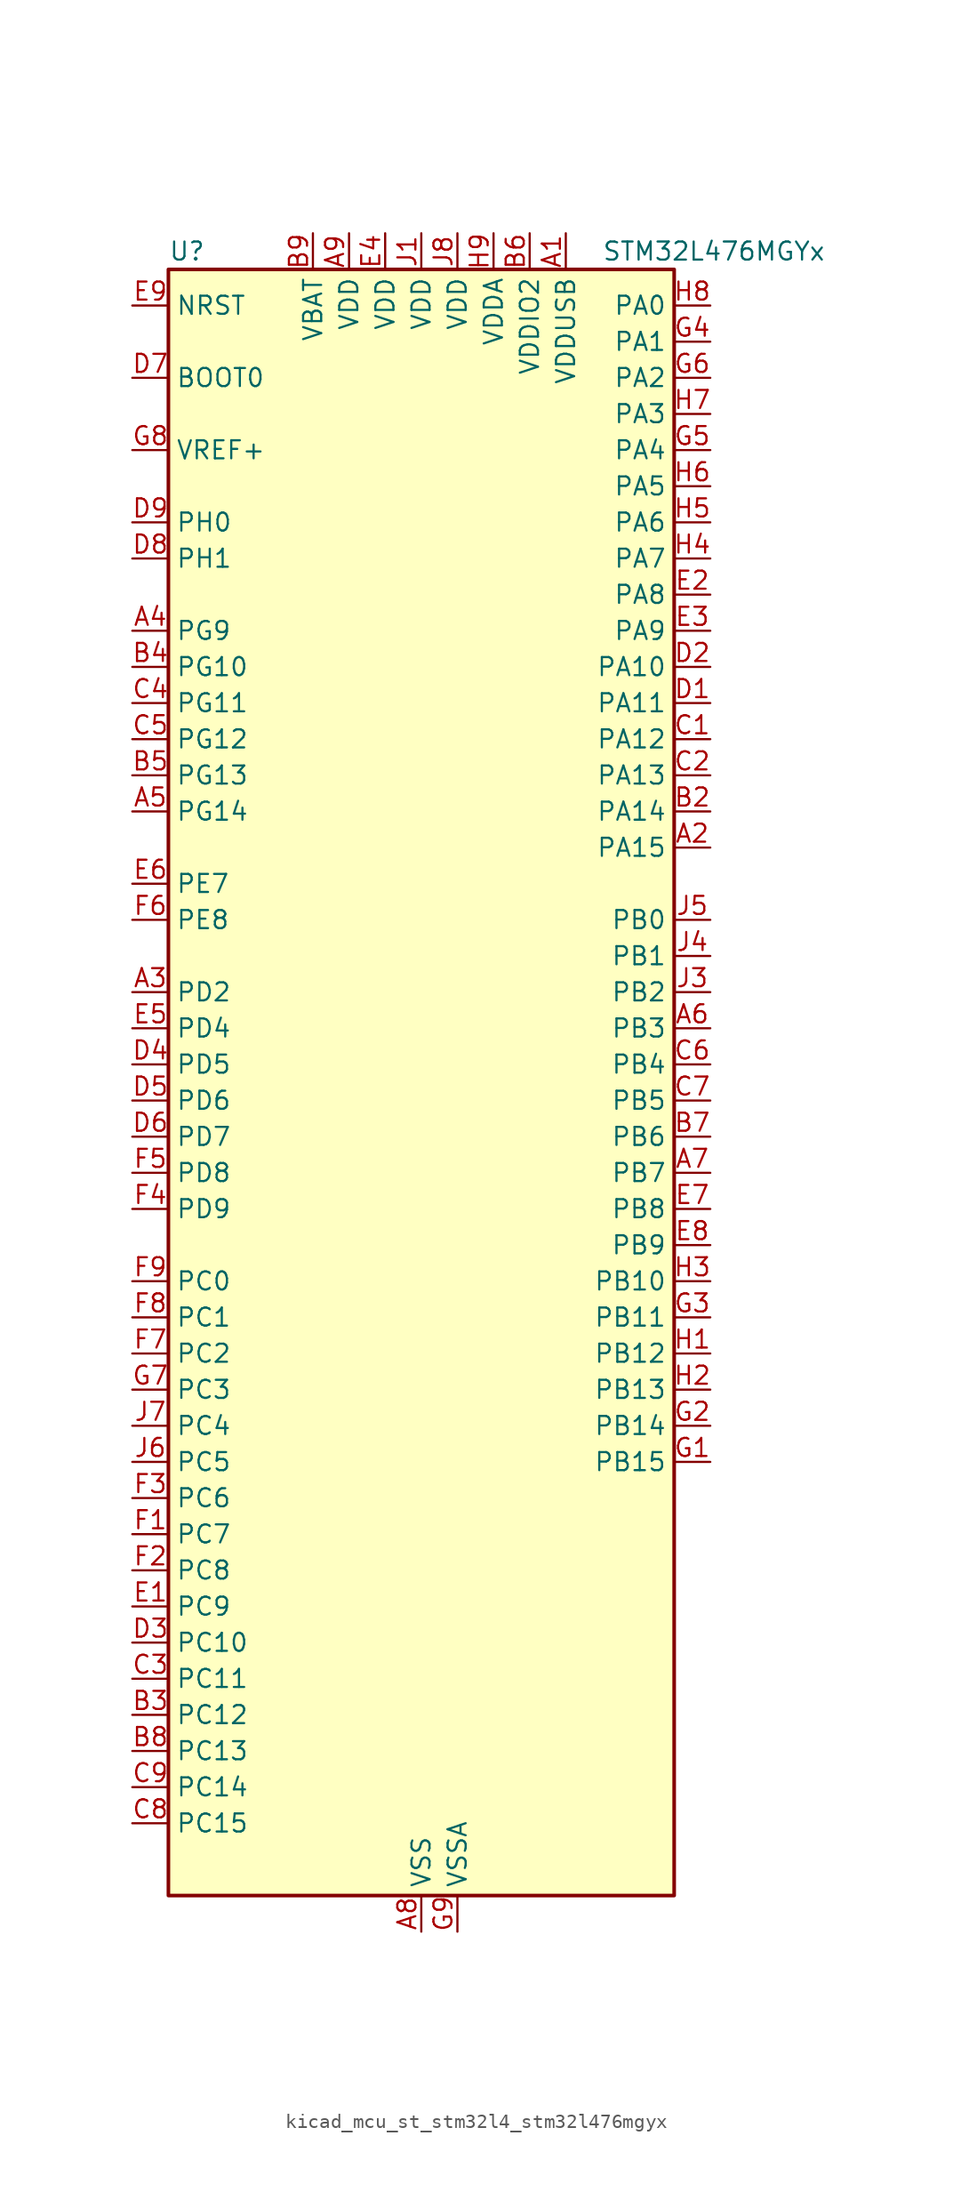
<source format=kicad_sym>
(kicad_symbol_lib
  (version 20220914)
  (generator kicad_symbol_editor)
  (symbol "kicad_mcu_st_stm32l4_stm32l476mgyx"
    (property "Reference" "U"
      (at -17.78 59.69 0)
      (effects (font (size 1.27 1.27)) (justify left)))
    (property "Value" "STM32L476MGYx"
      (at 12.7 59.69 0)
      (effects (font (size 1.27 1.27)) (justify left)))
    (property "ki_locked" ""
      (at 0 0 0)
      (effects (font (size 1.27 1.27))))
    (symbol "kicad_mcu_st_stm32l4_stm32l476mgyx_0_1"
      (rectangle (start -17.78 -55.88) (end 17.78 58.42) (stroke (width 0.254) (type default)) (fill (type background))))
    (symbol "kicad_mcu_st_stm32l4_stm32l476mgyx_1_1"
      (pin power_in line (at 10.16 60.96 270) (length 2.54) (name "VDDUSB" (effects (font (size 1.27 1.27)))) (number "A1" (effects (font (size 1.27 1.27)))))
      (pin bidirectional line (at 20.32 17.78 180) (length 2.54) (name "PA15" (effects (font (size 1.27 1.27)))) (number "A2" (effects (font (size 1.27 1.27)))) (alternate "ADC1_EXTI15" bidirectional line) (alternate "ADC2_EXTI15" bidirectional line) (alternate "ADC3_EXTI15" bidirectional line) (alternate "LCD_SEG17" bidirectional line) (alternate "SAI2_FS_B" bidirectional line) (alternate "SPI1_NSS" bidirectional line) (alternate "SPI3_NSS" bidirectional line) (alternate "SYS_JTDI" bidirectional line) (alternate "TIM2_CH1" bidirectional line) (alternate "TIM2_ETR" bidirectional line) (alternate "TSC_G3_IO1" bidirectional line) (alternate "UART4_DE" bidirectional line) (alternate "UART4_RTS" bidirectional line))
      (pin bidirectional line (at -20.32 7.62 0) (length 2.54) (name "PD2" (effects (font (size 1.27 1.27)))) (number "A3" (effects (font (size 1.27 1.27)))) (alternate "LCD_COM7" bidirectional line) (alternate "LCD_SEG31" bidirectional line) (alternate "LCD_SEG43" bidirectional line) (alternate "SDMMC1_CMD" bidirectional line) (alternate "TIM3_ETR" bidirectional line) (alternate "TSC_SYNC" bidirectional line) (alternate "UART5_RX" bidirectional line) (alternate "USART3_DE" bidirectional line) (alternate "USART3_RTS" bidirectional line))
      (pin bidirectional line (at -20.32 33.02 0) (length 2.54) (name "PG9" (effects (font (size 1.27 1.27)))) (number "A4" (effects (font (size 1.27 1.27)))) (alternate "DAC1_EXTI9" bidirectional line) (alternate "SAI2_SCK_A" bidirectional line) (alternate "SPI3_SCK" bidirectional line) (alternate "TIM15_CH1N" bidirectional line) (alternate "USART1_TX" bidirectional line))
      (pin bidirectional line (at -20.32 20.32 0) (length 2.54) (name "PG14" (effects (font (size 1.27 1.27)))) (number "A5" (effects (font (size 1.27 1.27)))) (alternate "I2C1_SCL" bidirectional line))
      (pin bidirectional line (at 20.32 5.08 180) (length 2.54) (name "PB3" (effects (font (size 1.27 1.27)))) (number "A6" (effects (font (size 1.27 1.27)))) (alternate "COMP2_INM" bidirectional line) (alternate "LCD_SEG7" bidirectional line) (alternate "SAI1_SCK_B" bidirectional line) (alternate "SPI1_SCK" bidirectional line) (alternate "SPI3_SCK" bidirectional line) (alternate "SYS_JTDO-SWO" bidirectional line) (alternate "TIM2_CH2" bidirectional line) (alternate "USART1_DE" bidirectional line) (alternate "USART1_RTS" bidirectional line))
      (pin bidirectional line (at 20.32 -5.08 180) (length 2.54) (name "PB7" (effects (font (size 1.27 1.27)))) (number "A7" (effects (font (size 1.27 1.27)))) (alternate "COMP2_INM" bidirectional line) (alternate "DFSDM1_CKIN5" bidirectional line) (alternate "I2C1_SDA" bidirectional line) (alternate "LCD_SEG21" bidirectional line) (alternate "LPTIM1_IN2" bidirectional line) (alternate "SYS_PVD_IN" bidirectional line) (alternate "TIM17_CH1N" bidirectional line) (alternate "TIM4_CH2" bidirectional line) (alternate "TIM8_BKIN" bidirectional line) (alternate "TIM8_BKIN_COMP1" bidirectional line) (alternate "TSC_G2_IO4" bidirectional line) (alternate "UART4_CTS" bidirectional line) (alternate "USART1_RX" bidirectional line))
      (pin power_in line (at 0 -58.42 90) (length 2.54) (name "VSS" (effects (font (size 1.27 1.27)))) (number "A8" (effects (font (size 1.27 1.27)))))
      (pin power_in line (at -5.08 60.96 270) (length 2.54) (name "VDD" (effects (font (size 1.27 1.27)))) (number "A9" (effects (font (size 1.27 1.27)))))
      (pin passive line (at 0 -58.42 90) (length 2.54) hide (name "VSS" (effects (font (size 1.27 1.27)))) (number "B1" (effects (font (size 1.27 1.27)))))
      (pin bidirectional line (at 20.32 20.32 180) (length 2.54) (name "PA14" (effects (font (size 1.27 1.27)))) (number "B2" (effects (font (size 1.27 1.27)))) (alternate "SYS_JTCK-SWCLK" bidirectional line))
      (pin bidirectional line (at -20.32 -43.18 0) (length 2.54) (name "PC12" (effects (font (size 1.27 1.27)))) (number "B3" (effects (font (size 1.27 1.27)))) (alternate "LCD_COM6" bidirectional line) (alternate "LCD_SEG30" bidirectional line) (alternate "LCD_SEG42" bidirectional line) (alternate "SAI2_SD_B" bidirectional line) (alternate "SDMMC1_CK" bidirectional line) (alternate "SPI3_MOSI" bidirectional line) (alternate "TSC_G3_IO4" bidirectional line) (alternate "UART5_TX" bidirectional line) (alternate "USART3_CK" bidirectional line))
      (pin bidirectional line (at -20.32 30.48 0) (length 2.54) (name "PG10" (effects (font (size 1.27 1.27)))) (number "B4" (effects (font (size 1.27 1.27)))) (alternate "LPTIM1_IN1" bidirectional line) (alternate "SAI2_FS_A" bidirectional line) (alternate "SPI3_MISO" bidirectional line) (alternate "TIM15_CH1" bidirectional line) (alternate "USART1_RX" bidirectional line))
      (pin bidirectional line (at -20.32 22.86 0) (length 2.54) (name "PG13" (effects (font (size 1.27 1.27)))) (number "B5" (effects (font (size 1.27 1.27)))) (alternate "I2C1_SDA" bidirectional line) (alternate "USART1_CK" bidirectional line))
      (pin power_in line (at 7.62 60.96 270) (length 2.54) (name "VDDIO2" (effects (font (size 1.27 1.27)))) (number "B6" (effects (font (size 1.27 1.27)))))
      (pin bidirectional line (at 20.32 -2.54 180) (length 2.54) (name "PB6" (effects (font (size 1.27 1.27)))) (number "B7" (effects (font (size 1.27 1.27)))) (alternate "COMP2_INP" bidirectional line) (alternate "DFSDM1_DATIN5" bidirectional line) (alternate "I2C1_SCL" bidirectional line) (alternate "LPTIM1_ETR" bidirectional line) (alternate "SAI1_FS_B" bidirectional line) (alternate "TIM16_CH1N" bidirectional line) (alternate "TIM4_CH1" bidirectional line) (alternate "TIM8_BKIN2" bidirectional line) (alternate "TIM8_BKIN2_COMP2" bidirectional line) (alternate "TSC_G2_IO3" bidirectional line) (alternate "USART1_TX" bidirectional line))
      (pin bidirectional line (at -20.32 -45.72 0) (length 2.54) (name "PC13" (effects (font (size 1.27 1.27)))) (number "B8" (effects (font (size 1.27 1.27)))) (alternate "RTC_OUT_ALARM" bidirectional line) (alternate "RTC_OUT_CALIB" bidirectional line) (alternate "RTC_TAMP1" bidirectional line) (alternate "RTC_TS" bidirectional line) (alternate "SYS_WKUP2" bidirectional line))
      (pin power_in line (at -7.62 60.96 270) (length 2.54) (name "VBAT" (effects (font (size 1.27 1.27)))) (number "B9" (effects (font (size 1.27 1.27)))))
      (pin bidirectional line (at 20.32 25.4 180) (length 2.54) (name "PA12" (effects (font (size 1.27 1.27)))) (number "C1" (effects (font (size 1.27 1.27)))) (alternate "CAN1_TX" bidirectional line) (alternate "TIM1_ETR" bidirectional line) (alternate "USART1_DE" bidirectional line) (alternate "USART1_RTS" bidirectional line) (alternate "USB_OTG_FS_DP" bidirectional line))
      (pin bidirectional line (at 20.32 22.86 180) (length 2.54) (name "PA13" (effects (font (size 1.27 1.27)))) (number "C2" (effects (font (size 1.27 1.27)))) (alternate "IR_OUT" bidirectional line) (alternate "SYS_JTMS-SWDIO" bidirectional line) (alternate "USB_OTG_FS_NOE" bidirectional line))
      (pin bidirectional line (at -20.32 -40.64 0) (length 2.54) (name "PC11" (effects (font (size 1.27 1.27)))) (number "C3" (effects (font (size 1.27 1.27)))) (alternate "ADC1_EXTI11" bidirectional line) (alternate "ADC2_EXTI11" bidirectional line) (alternate "ADC3_EXTI11" bidirectional line) (alternate "LCD_COM5" bidirectional line) (alternate "LCD_SEG29" bidirectional line) (alternate "LCD_SEG41" bidirectional line) (alternate "SAI2_MCLK_B" bidirectional line) (alternate "SDMMC1_D3" bidirectional line) (alternate "SPI3_MISO" bidirectional line) (alternate "TSC_G3_IO3" bidirectional line) (alternate "UART4_RX" bidirectional line) (alternate "USART3_RX" bidirectional line))
      (pin bidirectional line (at -20.32 27.94 0) (length 2.54) (name "PG11" (effects (font (size 1.27 1.27)))) (number "C4" (effects (font (size 1.27 1.27)))) (alternate "ADC1_EXTI11" bidirectional line) (alternate "ADC2_EXTI11" bidirectional line) (alternate "ADC3_EXTI11" bidirectional line) (alternate "LPTIM1_IN2" bidirectional line) (alternate "SAI2_MCLK_A" bidirectional line) (alternate "SPI3_MOSI" bidirectional line) (alternate "TIM15_CH2" bidirectional line) (alternate "USART1_CTS" bidirectional line))
      (pin bidirectional line (at -20.32 25.4 0) (length 2.54) (name "PG12" (effects (font (size 1.27 1.27)))) (number "C5" (effects (font (size 1.27 1.27)))) (alternate "LPTIM1_ETR" bidirectional line) (alternate "SAI2_SD_A" bidirectional line) (alternate "SPI3_NSS" bidirectional line) (alternate "USART1_DE" bidirectional line) (alternate "USART1_RTS" bidirectional line))
      (pin bidirectional line (at 20.32 2.54 180) (length 2.54) (name "PB4" (effects (font (size 1.27 1.27)))) (number "C6" (effects (font (size 1.27 1.27)))) (alternate "COMP2_INP" bidirectional line) (alternate "LCD_SEG8" bidirectional line) (alternate "SAI1_MCLK_B" bidirectional line) (alternate "SPI1_MISO" bidirectional line) (alternate "SPI3_MISO" bidirectional line) (alternate "SYS_JTRST" bidirectional line) (alternate "TIM17_BKIN" bidirectional line) (alternate "TIM3_CH1" bidirectional line) (alternate "TSC_G2_IO1" bidirectional line) (alternate "UART5_DE" bidirectional line) (alternate "UART5_RTS" bidirectional line) (alternate "USART1_CTS" bidirectional line))
      (pin bidirectional line (at 20.32 0 180) (length 2.54) (name "PB5" (effects (font (size 1.27 1.27)))) (number "C7" (effects (font (size 1.27 1.27)))) (alternate "COMP2_OUT" bidirectional line) (alternate "I2C1_SMBA" bidirectional line) (alternate "LCD_SEG9" bidirectional line) (alternate "LPTIM1_IN1" bidirectional line) (alternate "SAI1_SD_B" bidirectional line) (alternate "SPI1_MOSI" bidirectional line) (alternate "SPI3_MOSI" bidirectional line) (alternate "TIM16_BKIN" bidirectional line) (alternate "TIM3_CH2" bidirectional line) (alternate "TSC_G2_IO2" bidirectional line) (alternate "UART5_CTS" bidirectional line) (alternate "USART1_CK" bidirectional line))
      (pin bidirectional line (at -20.32 -50.8 0) (length 2.54) (name "PC15" (effects (font (size 1.27 1.27)))) (number "C8" (effects (font (size 1.27 1.27)))) (alternate "ADC1_EXTI15" bidirectional line) (alternate "ADC2_EXTI15" bidirectional line) (alternate "ADC3_EXTI15" bidirectional line) (alternate "RCC_OSC32_OUT" bidirectional line))
      (pin bidirectional line (at -20.32 -48.26 0) (length 2.54) (name "PC14" (effects (font (size 1.27 1.27)))) (number "C9" (effects (font (size 1.27 1.27)))) (alternate "RCC_OSC32_IN" bidirectional line))
      (pin bidirectional line (at 20.32 27.94 180) (length 2.54) (name "PA11" (effects (font (size 1.27 1.27)))) (number "D1" (effects (font (size 1.27 1.27)))) (alternate "ADC1_EXTI11" bidirectional line) (alternate "ADC2_EXTI11" bidirectional line) (alternate "ADC3_EXTI11" bidirectional line) (alternate "CAN1_RX" bidirectional line) (alternate "TIM1_BKIN2" bidirectional line) (alternate "TIM1_BKIN2_COMP1" bidirectional line) (alternate "TIM1_CH4" bidirectional line) (alternate "USART1_CTS" bidirectional line) (alternate "USB_OTG_FS_DM" bidirectional line))
      (pin bidirectional line (at 20.32 30.48 180) (length 2.54) (name "PA10" (effects (font (size 1.27 1.27)))) (number "D2" (effects (font (size 1.27 1.27)))) (alternate "LCD_COM2" bidirectional line) (alternate "TIM17_BKIN" bidirectional line) (alternate "TIM1_CH3" bidirectional line) (alternate "USART1_RX" bidirectional line) (alternate "USB_OTG_FS_ID" bidirectional line))
      (pin bidirectional line (at -20.32 -38.1 0) (length 2.54) (name "PC10" (effects (font (size 1.27 1.27)))) (number "D3" (effects (font (size 1.27 1.27)))) (alternate "LCD_COM4" bidirectional line) (alternate "LCD_SEG28" bidirectional line) (alternate "LCD_SEG40" bidirectional line) (alternate "SAI2_SCK_B" bidirectional line) (alternate "SDMMC1_D2" bidirectional line) (alternate "SPI3_SCK" bidirectional line) (alternate "TSC_G3_IO2" bidirectional line) (alternate "UART4_TX" bidirectional line) (alternate "USART3_TX" bidirectional line))
      (pin bidirectional line (at -20.32 2.54 0) (length 2.54) (name "PD5" (effects (font (size 1.27 1.27)))) (number "D4" (effects (font (size 1.27 1.27)))) (alternate "USART2_TX" bidirectional line))
      (pin bidirectional line (at -20.32 0 0) (length 2.54) (name "PD6" (effects (font (size 1.27 1.27)))) (number "D5" (effects (font (size 1.27 1.27)))) (alternate "DFSDM1_DATIN1" bidirectional line) (alternate "SAI1_SD_A" bidirectional line) (alternate "USART2_RX" bidirectional line))
      (pin bidirectional line (at -20.32 -2.54 0) (length 2.54) (name "PD7" (effects (font (size 1.27 1.27)))) (number "D6" (effects (font (size 1.27 1.27)))) (alternate "DFSDM1_CKIN1" bidirectional line) (alternate "USART2_CK" bidirectional line))
      (pin input line (at -20.32 50.8 0) (length 2.54) (name "BOOT0" (effects (font (size 1.27 1.27)))) (number "D7" (effects (font (size 1.27 1.27)))))
      (pin bidirectional line (at -20.32 38.1 0) (length 2.54) (name "PH1" (effects (font (size 1.27 1.27)))) (number "D8" (effects (font (size 1.27 1.27)))) (alternate "RCC_OSC_OUT" bidirectional line))
      (pin bidirectional line (at -20.32 40.64 0) (length 2.54) (name "PH0" (effects (font (size 1.27 1.27)))) (number "D9" (effects (font (size 1.27 1.27)))) (alternate "RCC_OSC_IN" bidirectional line))
      (pin bidirectional line (at -20.32 -35.56 0) (length 2.54) (name "PC9" (effects (font (size 1.27 1.27)))) (number "E1" (effects (font (size 1.27 1.27)))) (alternate "DAC1_EXTI9" bidirectional line) (alternate "LCD_SEG27" bidirectional line) (alternate "SAI2_EXTCLK" bidirectional line) (alternate "SDMMC1_D1" bidirectional line) (alternate "TIM3_CH4" bidirectional line) (alternate "TIM8_BKIN2" bidirectional line) (alternate "TIM8_BKIN2_COMP1" bidirectional line) (alternate "TIM8_CH4" bidirectional line) (alternate "TSC_G4_IO4" bidirectional line) (alternate "USB_OTG_FS_NOE" bidirectional line))
      (pin bidirectional line (at 20.32 35.56 180) (length 2.54) (name "PA8" (effects (font (size 1.27 1.27)))) (number "E2" (effects (font (size 1.27 1.27)))) (alternate "LCD_COM0" bidirectional line) (alternate "LPTIM2_OUT" bidirectional line) (alternate "RCC_MCO" bidirectional line) (alternate "TIM1_CH1" bidirectional line) (alternate "USART1_CK" bidirectional line) (alternate "USB_OTG_FS_SOF" bidirectional line))
      (pin bidirectional line (at 20.32 33.02 180) (length 2.54) (name "PA9" (effects (font (size 1.27 1.27)))) (number "E3" (effects (font (size 1.27 1.27)))) (alternate "DAC1_EXTI9" bidirectional line) (alternate "LCD_COM1" bidirectional line) (alternate "TIM15_BKIN" bidirectional line) (alternate "TIM1_CH2" bidirectional line) (alternate "USART1_TX" bidirectional line) (alternate "USB_OTG_FS_VBUS" bidirectional line))
      (pin power_in line (at -2.54 60.96 270) (length 2.54) (name "VDD" (effects (font (size 1.27 1.27)))) (number "E4" (effects (font (size 1.27 1.27)))))
      (pin bidirectional line (at -20.32 5.08 0) (length 2.54) (name "PD4" (effects (font (size 1.27 1.27)))) (number "E5" (effects (font (size 1.27 1.27)))) (alternate "DFSDM1_CKIN0" bidirectional line) (alternate "SPI2_MOSI" bidirectional line) (alternate "USART2_DE" bidirectional line) (alternate "USART2_RTS" bidirectional line))
      (pin bidirectional line (at -20.32 15.24 0) (length 2.54) (name "PE7" (effects (font (size 1.27 1.27)))) (number "E6" (effects (font (size 1.27 1.27)))) (alternate "DFSDM1_DATIN2" bidirectional line) (alternate "SAI1_SD_B" bidirectional line) (alternate "TIM1_ETR" bidirectional line))
      (pin bidirectional line (at 20.32 -7.62 180) (length 2.54) (name "PB8" (effects (font (size 1.27 1.27)))) (number "E7" (effects (font (size 1.27 1.27)))) (alternate "CAN1_RX" bidirectional line) (alternate "DFSDM1_DATIN6" bidirectional line) (alternate "I2C1_SCL" bidirectional line) (alternate "LCD_SEG16" bidirectional line) (alternate "SAI1_MCLK_A" bidirectional line) (alternate "SDMMC1_D4" bidirectional line) (alternate "TIM16_CH1" bidirectional line) (alternate "TIM4_CH3" bidirectional line))
      (pin bidirectional line (at 20.32 -10.16 180) (length 2.54) (name "PB9" (effects (font (size 1.27 1.27)))) (number "E8" (effects (font (size 1.27 1.27)))) (alternate "CAN1_TX" bidirectional line) (alternate "DAC1_EXTI9" bidirectional line) (alternate "DFSDM1_CKIN6" bidirectional line) (alternate "I2C1_SDA" bidirectional line) (alternate "IR_OUT" bidirectional line) (alternate "LCD_COM3" bidirectional line) (alternate "SAI1_FS_A" bidirectional line) (alternate "SDMMC1_D5" bidirectional line) (alternate "SPI2_NSS" bidirectional line) (alternate "TIM17_CH1" bidirectional line) (alternate "TIM4_CH4" bidirectional line))
      (pin input line (at -20.32 55.88 0) (length 2.54) (name "NRST" (effects (font (size 1.27 1.27)))) (number "E9" (effects (font (size 1.27 1.27)))))
      (pin bidirectional line (at -20.32 -30.48 0) (length 2.54) (name "PC7" (effects (font (size 1.27 1.27)))) (number "F1" (effects (font (size 1.27 1.27)))) (alternate "DFSDM1_DATIN3" bidirectional line) (alternate "LCD_SEG25" bidirectional line) (alternate "SAI2_MCLK_B" bidirectional line) (alternate "SDMMC1_D7" bidirectional line) (alternate "TIM3_CH2" bidirectional line) (alternate "TIM8_CH2" bidirectional line) (alternate "TSC_G4_IO2" bidirectional line))
      (pin bidirectional line (at -20.32 -33.02 0) (length 2.54) (name "PC8" (effects (font (size 1.27 1.27)))) (number "F2" (effects (font (size 1.27 1.27)))) (alternate "LCD_SEG26" bidirectional line) (alternate "SDMMC1_D0" bidirectional line) (alternate "TIM3_CH3" bidirectional line) (alternate "TIM8_CH3" bidirectional line) (alternate "TSC_G4_IO3" bidirectional line))
      (pin bidirectional line (at -20.32 -27.94 0) (length 2.54) (name "PC6" (effects (font (size 1.27 1.27)))) (number "F3" (effects (font (size 1.27 1.27)))) (alternate "DFSDM1_CKIN3" bidirectional line) (alternate "LCD_SEG24" bidirectional line) (alternate "SAI2_MCLK_A" bidirectional line) (alternate "SDMMC1_D6" bidirectional line) (alternate "TIM3_CH1" bidirectional line) (alternate "TIM8_CH1" bidirectional line) (alternate "TSC_G4_IO1" bidirectional line))
      (pin bidirectional line (at -20.32 -7.62 0) (length 2.54) (name "PD9" (effects (font (size 1.27 1.27)))) (number "F4" (effects (font (size 1.27 1.27)))) (alternate "DAC1_EXTI9" bidirectional line) (alternate "LCD_SEG29" bidirectional line) (alternate "SAI2_MCLK_A" bidirectional line) (alternate "USART3_RX" bidirectional line))
      (pin bidirectional line (at -20.32 -5.08 0) (length 2.54) (name "PD8" (effects (font (size 1.27 1.27)))) (number "F5" (effects (font (size 1.27 1.27)))) (alternate "LCD_SEG28" bidirectional line) (alternate "USART3_TX" bidirectional line))
      (pin bidirectional line (at -20.32 12.7 0) (length 2.54) (name "PE8" (effects (font (size 1.27 1.27)))) (number "F6" (effects (font (size 1.27 1.27)))) (alternate "DFSDM1_CKIN2" bidirectional line) (alternate "SAI1_SCK_B" bidirectional line) (alternate "TIM1_CH1N" bidirectional line))
      (pin bidirectional line (at -20.32 -17.78 0) (length 2.54) (name "PC2" (effects (font (size 1.27 1.27)))) (number "F7" (effects (font (size 1.27 1.27)))) (alternate "ADC1_IN3" bidirectional line) (alternate "ADC2_IN3" bidirectional line) (alternate "ADC3_IN3" bidirectional line) (alternate "DFSDM1_CKOUT" bidirectional line) (alternate "LCD_SEG20" bidirectional line) (alternate "LPTIM1_IN2" bidirectional line) (alternate "SPI2_MISO" bidirectional line))
      (pin bidirectional line (at -20.32 -15.24 0) (length 2.54) (name "PC1" (effects (font (size 1.27 1.27)))) (number "F8" (effects (font (size 1.27 1.27)))) (alternate "ADC1_IN2" bidirectional line) (alternate "ADC2_IN2" bidirectional line) (alternate "ADC3_IN2" bidirectional line) (alternate "DFSDM1_CKIN4" bidirectional line) (alternate "I2C3_SDA" bidirectional line) (alternate "LCD_SEG19" bidirectional line) (alternate "LPTIM1_OUT" bidirectional line) (alternate "LPUART1_TX" bidirectional line))
      (pin bidirectional line (at -20.32 -12.7 0) (length 2.54) (name "PC0" (effects (font (size 1.27 1.27)))) (number "F9" (effects (font (size 1.27 1.27)))) (alternate "ADC1_IN1" bidirectional line) (alternate "ADC2_IN1" bidirectional line) (alternate "ADC3_IN1" bidirectional line) (alternate "DFSDM1_DATIN4" bidirectional line) (alternate "I2C3_SCL" bidirectional line) (alternate "LCD_SEG18" bidirectional line) (alternate "LPTIM1_IN1" bidirectional line) (alternate "LPTIM2_IN1" bidirectional line) (alternate "LPUART1_RX" bidirectional line))
      (pin bidirectional line (at 20.32 -25.4 180) (length 2.54) (name "PB15" (effects (font (size 1.27 1.27)))) (number "G1" (effects (font (size 1.27 1.27)))) (alternate "ADC1_EXTI15" bidirectional line) (alternate "ADC2_EXTI15" bidirectional line) (alternate "ADC3_EXTI15" bidirectional line) (alternate "DFSDM1_CKIN2" bidirectional line) (alternate "LCD_SEG15" bidirectional line) (alternate "RTC_REFIN" bidirectional line) (alternate "SAI2_SD_A" bidirectional line) (alternate "SPI2_MOSI" bidirectional line) (alternate "SWPMI1_SUSPEND" bidirectional line) (alternate "TIM15_CH2" bidirectional line) (alternate "TIM1_CH3N" bidirectional line) (alternate "TIM8_CH3N" bidirectional line) (alternate "TSC_G1_IO4" bidirectional line))
      (pin bidirectional line (at 20.32 -22.86 180) (length 2.54) (name "PB14" (effects (font (size 1.27 1.27)))) (number "G2" (effects (font (size 1.27 1.27)))) (alternate "DFSDM1_DATIN2" bidirectional line) (alternate "I2C2_SDA" bidirectional line) (alternate "LCD_SEG14" bidirectional line) (alternate "SAI2_MCLK_A" bidirectional line) (alternate "SPI2_MISO" bidirectional line) (alternate "SWPMI1_RX" bidirectional line) (alternate "TIM15_CH1" bidirectional line) (alternate "TIM1_CH2N" bidirectional line) (alternate "TIM8_CH2N" bidirectional line) (alternate "TSC_G1_IO3" bidirectional line) (alternate "USART3_DE" bidirectional line) (alternate "USART3_RTS" bidirectional line))
      (pin bidirectional line (at 20.32 -15.24 180) (length 2.54) (name "PB11" (effects (font (size 1.27 1.27)))) (number "G3" (effects (font (size 1.27 1.27)))) (alternate "ADC1_EXTI11" bidirectional line) (alternate "ADC2_EXTI11" bidirectional line) (alternate "ADC3_EXTI11" bidirectional line) (alternate "COMP2_OUT" bidirectional line) (alternate "DFSDM1_CKIN7" bidirectional line) (alternate "I2C2_SDA" bidirectional line) (alternate "LCD_SEG11" bidirectional line) (alternate "LPUART1_TX" bidirectional line) (alternate "QUADSPI_NCS" bidirectional line) (alternate "TIM2_CH4" bidirectional line) (alternate "USART3_RX" bidirectional line))
      (pin bidirectional line (at 20.32 53.34 180) (length 2.54) (name "PA1" (effects (font (size 1.27 1.27)))) (number "G4" (effects (font (size 1.27 1.27)))) (alternate "ADC1_IN6" bidirectional line) (alternate "ADC2_IN6" bidirectional line) (alternate "LCD_SEG0" bidirectional line) (alternate "OPAMP1_VINM" bidirectional line) (alternate "TIM15_CH1N" bidirectional line) (alternate "TIM2_CH2" bidirectional line) (alternate "TIM5_CH2" bidirectional line) (alternate "UART4_RX" bidirectional line) (alternate "USART2_DE" bidirectional line) (alternate "USART2_RTS" bidirectional line))
      (pin bidirectional line (at 20.32 45.72 180) (length 2.54) (name "PA4" (effects (font (size 1.27 1.27)))) (number "G5" (effects (font (size 1.27 1.27)))) (alternate "ADC1_IN9" bidirectional line) (alternate "ADC2_IN9" bidirectional line) (alternate "DAC1_OUT1" bidirectional line) (alternate "LPTIM2_OUT" bidirectional line) (alternate "SAI1_FS_B" bidirectional line) (alternate "SPI1_NSS" bidirectional line) (alternate "SPI3_NSS" bidirectional line) (alternate "USART2_CK" bidirectional line))
      (pin bidirectional line (at 20.32 50.8 180) (length 2.54) (name "PA2" (effects (font (size 1.27 1.27)))) (number "G6" (effects (font (size 1.27 1.27)))) (alternate "ADC1_IN7" bidirectional line) (alternate "ADC2_IN7" bidirectional line) (alternate "LCD_SEG1" bidirectional line) (alternate "RCC_LSCO" bidirectional line) (alternate "SAI2_EXTCLK" bidirectional line) (alternate "SYS_WKUP4" bidirectional line) (alternate "TIM15_CH1" bidirectional line) (alternate "TIM2_CH3" bidirectional line) (alternate "TIM5_CH3" bidirectional line) (alternate "USART2_TX" bidirectional line))
      (pin bidirectional line (at -20.32 -20.32 0) (length 2.54) (name "PC3" (effects (font (size 1.27 1.27)))) (number "G7" (effects (font (size 1.27 1.27)))) (alternate "ADC1_IN4" bidirectional line) (alternate "ADC2_IN4" bidirectional line) (alternate "ADC3_IN4" bidirectional line) (alternate "LCD_VLCD" bidirectional line) (alternate "LPTIM1_ETR" bidirectional line) (alternate "LPTIM2_ETR" bidirectional line) (alternate "SAI1_SD_A" bidirectional line) (alternate "SPI2_MOSI" bidirectional line))
      (pin input line (at -20.32 45.72 0) (length 2.54) (name "VREF+" (effects (font (size 1.27 1.27)))) (number "G8" (effects (font (size 1.27 1.27)))) (alternate "VREFBUF_OUT" bidirectional line))
      (pin power_in line (at 2.54 -58.42 90) (length 2.54) (name "VSSA" (effects (font (size 1.27 1.27)))) (number "G9" (effects (font (size 1.27 1.27)))))
      (pin bidirectional line (at 20.32 -17.78 180) (length 2.54) (name "PB12" (effects (font (size 1.27 1.27)))) (number "H1" (effects (font (size 1.27 1.27)))) (alternate "DFSDM1_DATIN1" bidirectional line) (alternate "I2C2_SMBA" bidirectional line) (alternate "LCD_SEG12" bidirectional line) (alternate "LPUART1_DE" bidirectional line) (alternate "LPUART1_RTS" bidirectional line) (alternate "SAI2_FS_A" bidirectional line) (alternate "SPI2_NSS" bidirectional line) (alternate "SWPMI1_IO" bidirectional line) (alternate "TIM15_BKIN" bidirectional line) (alternate "TIM1_BKIN" bidirectional line) (alternate "TIM1_BKIN_COMP2" bidirectional line) (alternate "TSC_G1_IO1" bidirectional line) (alternate "USART3_CK" bidirectional line))
      (pin bidirectional line (at 20.32 -20.32 180) (length 2.54) (name "PB13" (effects (font (size 1.27 1.27)))) (number "H2" (effects (font (size 1.27 1.27)))) (alternate "DFSDM1_CKIN1" bidirectional line) (alternate "I2C2_SCL" bidirectional line) (alternate "LCD_SEG13" bidirectional line) (alternate "LPUART1_CTS" bidirectional line) (alternate "SAI2_SCK_A" bidirectional line) (alternate "SPI2_SCK" bidirectional line) (alternate "SWPMI1_TX" bidirectional line) (alternate "TIM15_CH1N" bidirectional line) (alternate "TIM1_CH1N" bidirectional line) (alternate "TSC_G1_IO2" bidirectional line) (alternate "USART3_CTS" bidirectional line))
      (pin bidirectional line (at 20.32 -12.7 180) (length 2.54) (name "PB10" (effects (font (size 1.27 1.27)))) (number "H3" (effects (font (size 1.27 1.27)))) (alternate "COMP1_OUT" bidirectional line) (alternate "DFSDM1_DATIN7" bidirectional line) (alternate "I2C2_SCL" bidirectional line) (alternate "LCD_SEG10" bidirectional line) (alternate "LPUART1_RX" bidirectional line) (alternate "QUADSPI_CLK" bidirectional line) (alternate "SAI1_SCK_A" bidirectional line) (alternate "SPI2_SCK" bidirectional line) (alternate "TIM2_CH3" bidirectional line) (alternate "USART3_TX" bidirectional line))
      (pin bidirectional line (at 20.32 38.1 180) (length 2.54) (name "PA7" (effects (font (size 1.27 1.27)))) (number "H4" (effects (font (size 1.27 1.27)))) (alternate "ADC1_IN12" bidirectional line) (alternate "ADC2_IN12" bidirectional line) (alternate "LCD_SEG4" bidirectional line) (alternate "OPAMP2_VINM" bidirectional line) (alternate "QUADSPI_BK1_IO2" bidirectional line) (alternate "SPI1_MOSI" bidirectional line) (alternate "TIM17_CH1" bidirectional line) (alternate "TIM1_CH1N" bidirectional line) (alternate "TIM3_CH2" bidirectional line) (alternate "TIM8_CH1N" bidirectional line))
      (pin bidirectional line (at 20.32 40.64 180) (length 2.54) (name "PA6" (effects (font (size 1.27 1.27)))) (number "H5" (effects (font (size 1.27 1.27)))) (alternate "ADC1_IN11" bidirectional line) (alternate "ADC2_IN11" bidirectional line) (alternate "LCD_SEG3" bidirectional line) (alternate "OPAMP2_VINP" bidirectional line) (alternate "QUADSPI_BK1_IO3" bidirectional line) (alternate "SPI1_MISO" bidirectional line) (alternate "TIM16_CH1" bidirectional line) (alternate "TIM1_BKIN" bidirectional line) (alternate "TIM1_BKIN_COMP2" bidirectional line) (alternate "TIM3_CH1" bidirectional line) (alternate "TIM8_BKIN" bidirectional line) (alternate "TIM8_BKIN_COMP2" bidirectional line) (alternate "USART3_CTS" bidirectional line))
      (pin bidirectional line (at 20.32 43.18 180) (length 2.54) (name "PA5" (effects (font (size 1.27 1.27)))) (number "H6" (effects (font (size 1.27 1.27)))) (alternate "ADC1_IN10" bidirectional line) (alternate "ADC2_IN10" bidirectional line) (alternate "DAC1_OUT2" bidirectional line) (alternate "LPTIM2_ETR" bidirectional line) (alternate "SPI1_SCK" bidirectional line) (alternate "TIM2_CH1" bidirectional line) (alternate "TIM2_ETR" bidirectional line) (alternate "TIM8_CH1N" bidirectional line))
      (pin bidirectional line (at 20.32 48.26 180) (length 2.54) (name "PA3" (effects (font (size 1.27 1.27)))) (number "H7" (effects (font (size 1.27 1.27)))) (alternate "ADC1_IN8" bidirectional line) (alternate "ADC2_IN8" bidirectional line) (alternate "LCD_SEG2" bidirectional line) (alternate "OPAMP1_VOUT" bidirectional line) (alternate "TIM15_CH2" bidirectional line) (alternate "TIM2_CH4" bidirectional line) (alternate "TIM5_CH4" bidirectional line) (alternate "USART2_RX" bidirectional line))
      (pin bidirectional line (at 20.32 55.88 180) (length 2.54) (name "PA0" (effects (font (size 1.27 1.27)))) (number "H8" (effects (font (size 1.27 1.27)))) (alternate "ADC1_IN5" bidirectional line) (alternate "ADC2_IN5" bidirectional line) (alternate "OPAMP1_VINP" bidirectional line) (alternate "RTC_TAMP2" bidirectional line) (alternate "SAI1_EXTCLK" bidirectional line) (alternate "SYS_WKUP1" bidirectional line) (alternate "TIM2_CH1" bidirectional line) (alternate "TIM2_ETR" bidirectional line) (alternate "TIM5_CH1" bidirectional line) (alternate "TIM8_ETR" bidirectional line) (alternate "UART4_TX" bidirectional line) (alternate "USART2_CTS" bidirectional line))
      (pin power_in line (at 5.08 60.96 270) (length 2.54) (name "VDDA" (effects (font (size 1.27 1.27)))) (number "H9" (effects (font (size 1.27 1.27)))))
      (pin power_in line (at 0 60.96 270) (length 2.54) (name "VDD" (effects (font (size 1.27 1.27)))) (number "J1" (effects (font (size 1.27 1.27)))))
      (pin passive line (at 0 -58.42 90) (length 2.54) hide (name "VSS" (effects (font (size 1.27 1.27)))) (number "J2" (effects (font (size 1.27 1.27)))))
      (pin bidirectional line (at 20.32 7.62 180) (length 2.54) (name "PB2" (effects (font (size 1.27 1.27)))) (number "J3" (effects (font (size 1.27 1.27)))) (alternate "COMP1_INP" bidirectional line) (alternate "DFSDM1_CKIN0" bidirectional line) (alternate "I2C3_SMBA" bidirectional line) (alternate "LPTIM1_OUT" bidirectional line) (alternate "RTC_OUT_ALARM" bidirectional line) (alternate "RTC_OUT_CALIB" bidirectional line))
      (pin bidirectional line (at 20.32 10.16 180) (length 2.54) (name "PB1" (effects (font (size 1.27 1.27)))) (number "J4" (effects (font (size 1.27 1.27)))) (alternate "ADC1_IN16" bidirectional line) (alternate "ADC2_IN16" bidirectional line) (alternate "COMP1_INM" bidirectional line) (alternate "DFSDM1_DATIN0" bidirectional line) (alternate "LCD_SEG6" bidirectional line) (alternate "LPTIM2_IN1" bidirectional line) (alternate "QUADSPI_BK1_IO0" bidirectional line) (alternate "TIM1_CH3N" bidirectional line) (alternate "TIM3_CH4" bidirectional line) (alternate "TIM8_CH3N" bidirectional line) (alternate "USART3_DE" bidirectional line) (alternate "USART3_RTS" bidirectional line))
      (pin bidirectional line (at 20.32 12.7 180) (length 2.54) (name "PB0" (effects (font (size 1.27 1.27)))) (number "J5" (effects (font (size 1.27 1.27)))) (alternate "ADC1_IN15" bidirectional line) (alternate "ADC2_IN15" bidirectional line) (alternate "COMP1_OUT" bidirectional line) (alternate "LCD_SEG5" bidirectional line) (alternate "OPAMP2_VOUT" bidirectional line) (alternate "QUADSPI_BK1_IO1" bidirectional line) (alternate "TIM1_CH2N" bidirectional line) (alternate "TIM3_CH3" bidirectional line) (alternate "TIM8_CH2N" bidirectional line) (alternate "USART3_CK" bidirectional line))
      (pin bidirectional line (at -20.32 -25.4 0) (length 2.54) (name "PC5" (effects (font (size 1.27 1.27)))) (number "J6" (effects (font (size 1.27 1.27)))) (alternate "ADC1_IN14" bidirectional line) (alternate "ADC2_IN14" bidirectional line) (alternate "COMP1_INP" bidirectional line) (alternate "LCD_SEG23" bidirectional line) (alternate "SYS_WKUP5" bidirectional line) (alternate "USART3_RX" bidirectional line))
      (pin bidirectional line (at -20.32 -22.86 0) (length 2.54) (name "PC4" (effects (font (size 1.27 1.27)))) (number "J7" (effects (font (size 1.27 1.27)))) (alternate "ADC1_IN13" bidirectional line) (alternate "ADC2_IN13" bidirectional line) (alternate "COMP1_INM" bidirectional line) (alternate "LCD_SEG22" bidirectional line) (alternate "USART3_TX" bidirectional line))
      (pin power_in line (at 2.54 60.96 270) (length 2.54) (name "VDD" (effects (font (size 1.27 1.27)))) (number "J8" (effects (font (size 1.27 1.27)))))
      (pin passive line (at 0 -58.42 90) (length 2.54) hide (name "VSS" (effects (font (size 1.27 1.27)))) (number "J9" (effects (font (size 1.27 1.27))))))))
</source>
